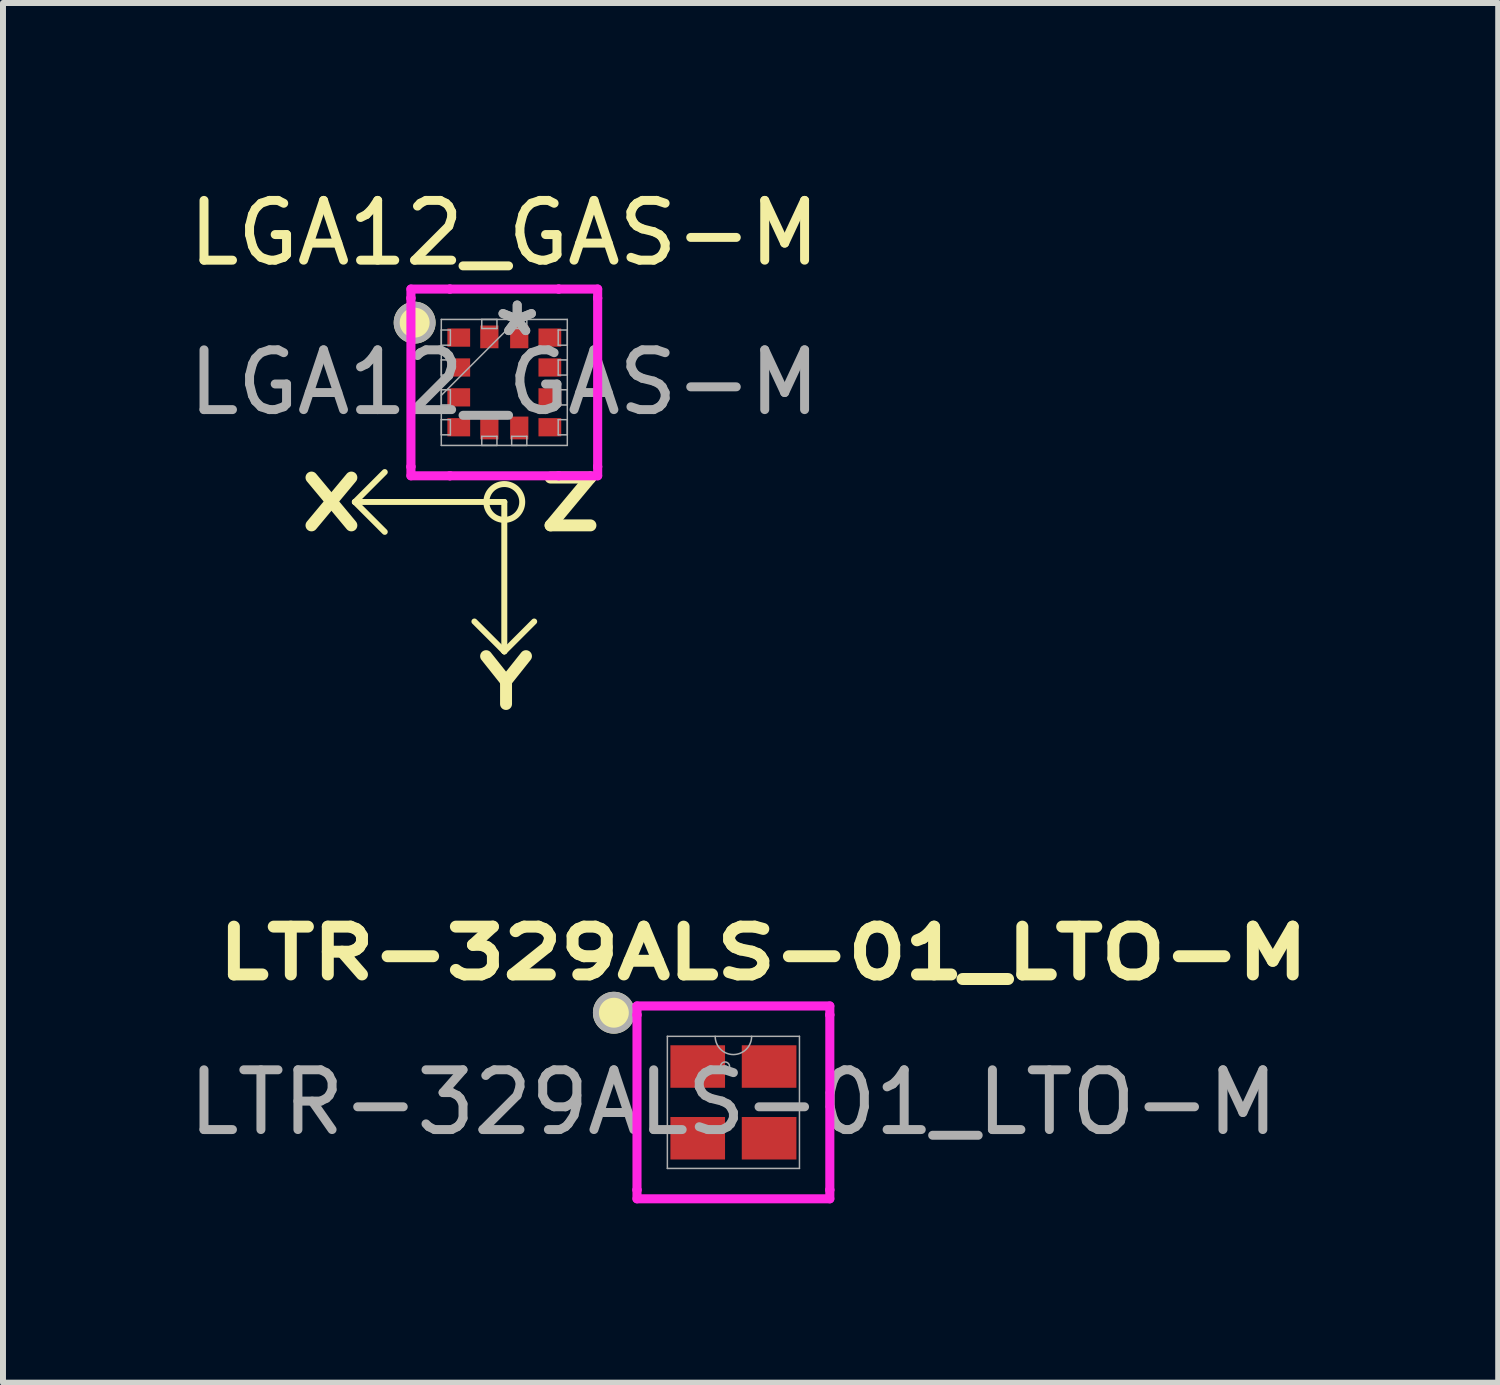
<source format=kicad_pcb>
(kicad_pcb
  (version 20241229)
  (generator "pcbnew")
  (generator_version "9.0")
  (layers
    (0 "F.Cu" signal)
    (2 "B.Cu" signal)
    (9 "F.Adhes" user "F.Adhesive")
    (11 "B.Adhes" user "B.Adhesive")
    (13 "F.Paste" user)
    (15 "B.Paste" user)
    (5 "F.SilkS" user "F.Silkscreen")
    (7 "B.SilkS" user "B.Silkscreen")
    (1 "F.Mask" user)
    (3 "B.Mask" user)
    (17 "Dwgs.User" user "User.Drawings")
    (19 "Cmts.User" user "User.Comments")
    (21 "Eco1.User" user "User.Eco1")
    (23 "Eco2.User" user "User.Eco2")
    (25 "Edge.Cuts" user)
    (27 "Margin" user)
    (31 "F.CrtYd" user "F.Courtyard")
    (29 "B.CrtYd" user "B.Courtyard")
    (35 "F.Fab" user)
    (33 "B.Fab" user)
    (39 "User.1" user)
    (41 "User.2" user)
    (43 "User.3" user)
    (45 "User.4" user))
  (footprint "LTR-329ALS-01_LTO-M"
    (layer "F.Cu")
    (at 9.22 15.393)
    (property "Reference" "LTR-329ALS-01_LTO-M" (at 0.5 -2.5 0) (unlocked yes) (layer "F.SilkS") (effects (font (size 0.8 1) (thickness 0.2) (bold yes))))
    (attr smd)
    (fp_circle (center -2 -1.5) (end -1.7 -1.5) (stroke (width 0.1) (type solid)) (fill yes) (layer "F.SilkS"))
    (fp_line (start -1.613 -1.613) (end 1.613 -1.613) (stroke (width 0.152) (type solid)) (layer "F.CrtYd"))
    (fp_line (start -1.613 -1.464) (end -1.613 -1.613) (stroke (width 0.152) (type solid)) (layer "F.CrtYd"))
    (fp_line (start -1.613 -1.464) (end -1.613 -1.464) (stroke (width 0.152) (type solid)) (layer "F.CrtYd"))
    (fp_line (start -1.613 1.464) (end -1.613 -1.464) (stroke (width 0.152) (type solid)) (layer "F.CrtYd"))
    (fp_line (start -1.613 1.464) (end -1.613 1.464) (stroke (width 0.152) (type solid)) (layer "F.CrtYd"))
    (fp_line (start -1.613 1.613) (end -1.613 1.464) (stroke (width 0.152) (type solid)) (layer "F.CrtYd"))
    (fp_line (start 1.613 -1.613) (end 1.613 -1.464) (stroke (width 0.152) (type solid)) (layer "F.CrtYd"))
    (fp_line (start 1.613 -1.464) (end 1.613 -1.464) (stroke (width 0.152) (type solid)) (layer "F.CrtYd"))
    (fp_line (start 1.613 -1.464) (end 1.613 1.464) (stroke (width 0.152) (type solid)) (layer "F.CrtYd"))
    (fp_line (start 1.613 1.464) (end 1.613 1.464) (stroke (width 0.152) (type solid)) (layer "F.CrtYd"))
    (fp_line (start 1.613 1.464) (end 1.613 1.613) (stroke (width 0.152) (type solid)) (layer "F.CrtYd"))
    (fp_line (start 1.613 1.613) (end -1.613 1.613) (stroke (width 0.152) (type solid)) (layer "F.CrtYd"))
    (fp_line (start -1.105 -1.105) (end -1.105 1.105) (stroke (width 0.025) (type solid)) (layer "F.Fab"))
    (fp_line (start -1.105 1.105) (end 1.105 1.105) (stroke (width 0.025) (type solid)) (layer "F.Fab"))
    (fp_line (start 1.105 -1.105) (end -1.105 -1.105) (stroke (width 0.025) (type solid)) (layer "F.Fab"))
    (fp_line (start 1.105 1.105) (end 1.105 -1.105) (stroke (width 0.025) (type solid)) (layer "F.Fab"))
    (fp_arc (start 0.3048 -1.1049) (mid 0 -0.8001) (end -0.3048 -1.1049) (stroke (width 0.0254) (type solid)) (layer "F.Fab"))
    (fp_circle (center -2 -1.5) (end -1.7 -1.5) (stroke (width 0.1) (type solid)) (fill no) (layer "F.Fab"))
    (fp_circle (center -0.14 -0.6) (end -0.064 -0.6) (stroke (width 0.025) (type solid)) (fill no) (layer "F.Fab"))
    (fp_text user "${REFERENCE}" (at 0 0 0) (unlocked yes) (layer "F.Fab") (effects (font (size 1 1) (thickness 0.15))))
    (pad "1" smd rect (at -0.597 -0.6) (size 0.914 0.711) (layers "F.Cu" "F.Mask" "F.Paste"))
    (pad "2" smd rect (at -0.597 0.6) (size 0.914 0.711) (layers "F.Cu" "F.Mask" "F.Paste"))
    (pad "3" smd rect (at 0.597 0.6) (size 0.914 0.711) (layers "F.Cu" "F.Mask" "F.Paste"))
    (pad "4" smd rect (at 0.597 -0.6) (size 0.914 0.711) (layers "F.Cu" "F.Mask" "F.Paste")))
  (footprint "LGA12_GAS-M"
    (layer "F.Cu")
    (at 5.387 3.348)
    (property "Reference" "LGA12_GAS-M" (at 0 -2.5 0) (unlocked yes) (layer "F.SilkS") (effects (font (size 1 1) (thickness 0.15))))
    (attr smd)
    (fp_line (start -2.5 2) (end -2 1.5) (stroke (width 0.1) (type default)) (layer "F.SilkS"))
    (fp_line (start -2.5 2) (end -2 2.5) (stroke (width 0.1) (type default)) (layer "F.SilkS"))
    (fp_line (start 0 2) (end -2.5 2) (stroke (width 0.1) (type default)) (layer "F.SilkS"))
    (fp_line (start 0 2) (end 0 4.5) (stroke (width 0.1) (type default)) (layer "F.SilkS"))
    (fp_line (start 0 4.5) (end -0.5 4) (stroke (width 0.1) (type default)) (layer "F.SilkS"))
    (fp_line (start 0 4.5) (end 0.5 4) (stroke (width 0.1) (type default)) (layer "F.SilkS"))
    (fp_circle (center -1.5 -1) (end -1.2 -1) (stroke (width 0.1) (type solid)) (fill yes) (layer "F.SilkS"))
    (fp_circle (center 0 2) (end 0.3 2) (stroke (width 0.1) (type solid)) (fill no) (layer "F.SilkS"))
    (fp_line (start -1.562 -1.562) (end -0.91 -1.562) (stroke (width 0.152) (type solid)) (layer "F.CrtYd"))
    (fp_line (start -1.562 -1.41) (end -1.562 -1.562) (stroke (width 0.152) (type solid)) (layer "F.CrtYd"))
    (fp_line (start -1.562 -1.41) (end -1.562 -1.41) (stroke (width 0.152) (type solid)) (layer "F.CrtYd"))
    (fp_line (start -1.562 1.41) (end -1.562 -1.41) (stroke (width 0.152) (type solid)) (layer "F.CrtYd"))
    (fp_line (start -1.562 1.41) (end -1.562 1.41) (stroke (width 0.152) (type solid)) (layer "F.CrtYd"))
    (fp_line (start -1.562 1.562) (end -1.562 1.41) (stroke (width 0.152) (type solid)) (layer "F.CrtYd"))
    (fp_line (start -0.91 -1.562) (end -0.91 -1.562) (stroke (width 0.152) (type solid)) (layer "F.CrtYd"))
    (fp_line (start -0.91 -1.562) (end 0.91 -1.562) (stroke (width 0.152) (type solid)) (layer "F.CrtYd"))
    (fp_line (start -0.91 1.562) (end -1.562 1.562) (stroke (width 0.152) (type solid)) (layer "F.CrtYd"))
    (fp_line (start -0.91 1.562) (end -0.91 1.562) (stroke (width 0.152) (type solid)) (layer "F.CrtYd"))
    (fp_line (start 0.91 -1.562) (end 0.91 -1.562) (stroke (width 0.152) (type solid)) (layer "F.CrtYd"))
    (fp_line (start 0.91 -1.562) (end 1.562 -1.562) (stroke (width 0.152) (type solid)) (layer "F.CrtYd"))
    (fp_line (start 0.91 1.562) (end -0.91 1.562) (stroke (width 0.152) (type solid)) (layer "F.CrtYd"))
    (fp_line (start 0.91 1.562) (end 0.91 1.562) (stroke (width 0.152) (type solid)) (layer "F.CrtYd"))
    (fp_line (start 1.562 -1.562) (end 1.562 -1.41) (stroke (width 0.152) (type solid)) (layer "F.CrtYd"))
    (fp_line (start 1.562 -1.41) (end 1.562 -1.41) (stroke (width 0.152) (type solid)) (layer "F.CrtYd"))
    (fp_line (start 1.562 -1.41) (end 1.562 1.41) (stroke (width 0.152) (type solid)) (layer "F.CrtYd"))
    (fp_line (start 1.562 1.41) (end 1.562 1.41) (stroke (width 0.152) (type solid)) (layer "F.CrtYd"))
    (fp_line (start 1.562 1.41) (end 1.562 1.562) (stroke (width 0.152) (type solid)) (layer "F.CrtYd"))
    (fp_line (start 1.562 1.562) (end 0.91 1.562) (stroke (width 0.152) (type solid)) (layer "F.CrtYd"))
    (fp_line (start -1.054 -1.054) (end -1.054 1.054) (stroke (width 0.025) (type solid)) (layer "F.Fab"))
    (fp_line (start -1.054 -0.877) (end -0.902 -0.877) (stroke (width 0.025) (type solid)) (layer "F.Fab"))
    (fp_line (start -1.054 -0.623) (end -1.054 -0.877) (stroke (width 0.025) (type solid)) (layer "F.Fab"))
    (fp_line (start -1.054 -0.377) (end -0.902 -0.377) (stroke (width 0.025) (type solid)) (layer "F.Fab"))
    (fp_line (start -1.054 -0.123) (end -1.054 -0.377) (stroke (width 0.025) (type solid)) (layer "F.Fab"))
    (fp_line (start -1.054 0.123) (end -0.902 0.123) (stroke (width 0.025) (type solid)) (layer "F.Fab"))
    (fp_line (start -1.054 0.216) (end 0.216 -1.054) (stroke (width 0.025) (type solid)) (layer "F.Fab"))
    (fp_line (start -1.054 0.377) (end -1.054 0.123) (stroke (width 0.025) (type solid)) (layer "F.Fab"))
    (fp_line (start -1.054 0.623) (end -0.902 0.623) (stroke (width 0.025) (type solid)) (layer "F.Fab"))
    (fp_line (start -1.054 0.877) (end -1.054 0.623) (stroke (width 0.025) (type solid)) (layer "F.Fab"))
    (fp_line (start -1.054 1.054) (end 1.054 1.054) (stroke (width 0.025) (type solid)) (layer "F.Fab"))
    (fp_line (start -0.902 -0.877) (end -0.902 -0.623) (stroke (width 0.025) (type solid)) (layer "F.Fab"))
    (fp_line (start -0.902 -0.623) (end -1.054 -0.623) (stroke (width 0.025) (type solid)) (layer "F.Fab"))
    (fp_line (start -0.902 -0.377) (end -0.902 -0.123) (stroke (width 0.025) (type solid)) (layer "F.Fab"))
    (fp_line (start -0.902 -0.123) (end -1.054 -0.123) (stroke (width 0.025) (type solid)) (layer "F.Fab"))
    (fp_line (start -0.902 0.123) (end -0.902 0.377) (stroke (width 0.025) (type solid)) (layer "F.Fab"))
    (fp_line (start -0.902 0.377) (end -1.054 0.377) (stroke (width 0.025) (type solid)) (layer "F.Fab"))
    (fp_line (start -0.902 0.623) (end -0.902 0.877) (stroke (width 0.025) (type solid)) (layer "F.Fab"))
    (fp_line (start -0.902 0.877) (end -1.054 0.877) (stroke (width 0.025) (type solid)) (layer "F.Fab"))
    (fp_line (start -0.377 -1.054) (end -0.123 -1.054) (stroke (width 0.025) (type solid)) (layer "F.Fab"))
    (fp_line (start -0.377 -0.902) (end -0.377 -1.054) (stroke (width 0.025) (type solid)) (layer "F.Fab"))
    (fp_line (start -0.377 0.902) (end -0.123 0.902) (stroke (width 0.025) (type solid)) (layer "F.Fab"))
    (fp_line (start -0.377 1.054) (end -0.377 0.902) (stroke (width 0.025) (type solid)) (layer "F.Fab"))
    (fp_line (start -0.123 -1.054) (end -0.123 -0.902) (stroke (width 0.025) (type solid)) (layer "F.Fab"))
    (fp_line (start -0.123 -0.902) (end -0.377 -0.902) (stroke (width 0.025) (type solid)) (layer "F.Fab"))
    (fp_line (start -0.123 0.902) (end -0.123 1.054) (stroke (width 0.025) (type solid)) (layer "F.Fab"))
    (fp_line (start -0.123 1.054) (end -0.377 1.054) (stroke (width 0.025) (type solid)) (layer "F.Fab"))
    (fp_line (start 0.123 -1.054) (end 0.377 -1.054) (stroke (width 0.025) (type solid)) (layer "F.Fab"))
    (fp_line (start 0.123 -0.902) (end 0.123 -1.054) (stroke (width 0.025) (type solid)) (layer "F.Fab"))
    (fp_line (start 0.123 0.902) (end 0.377 0.902) (stroke (width 0.025) (type solid)) (layer "F.Fab"))
    (fp_line (start 0.123 1.054) (end 0.123 0.902) (stroke (width 0.025) (type solid)) (layer "F.Fab"))
    (fp_line (start 0.377 -1.054) (end 0.377 -0.902) (stroke (width 0.025) (type solid)) (layer "F.Fab"))
    (fp_line (start 0.377 -0.902) (end 0.123 -0.902) (stroke (width 0.025) (type solid)) (layer "F.Fab"))
    (fp_line (start 0.377 0.902) (end 0.377 1.054) (stroke (width 0.025) (type solid)) (layer "F.Fab"))
    (fp_line (start 0.377 1.054) (end 0.123 1.054) (stroke (width 0.025) (type solid)) (layer "F.Fab"))
    (fp_line (start 0.902 -0.877) (end 1.054 -0.877) (stroke (width 0.025) (type solid)) (layer "F.Fab"))
    (fp_line (start 0.902 -0.623) (end 0.902 -0.877) (stroke (width 0.025) (type solid)) (layer "F.Fab"))
    (fp_line (start 0.902 -0.377) (end 1.054 -0.377) (stroke (width 0.025) (type solid)) (layer "F.Fab"))
    (fp_line (start 0.902 -0.123) (end 0.902 -0.377) (stroke (width 0.025) (type solid)) (layer "F.Fab"))
    (fp_line (start 0.902 0.123) (end 1.054 0.123) (stroke (width 0.025) (type solid)) (layer "F.Fab"))
    (fp_line (start 0.902 0.377) (end 0.902 0.123) (stroke (width 0.025) (type solid)) (layer "F.Fab"))
    (fp_line (start 0.902 0.623) (end 1.054 0.623) (stroke (width 0.025) (type solid)) (layer "F.Fab"))
    (fp_line (start 0.902 0.877) (end 0.902 0.623) (stroke (width 0.025) (type solid)) (layer "F.Fab"))
    (fp_line (start 1.054 -1.054) (end -1.054 -1.054) (stroke (width 0.025) (type solid)) (layer "F.Fab"))
    (fp_line (start 1.054 -0.877) (end 1.054 -0.623) (stroke (width 0.025) (type solid)) (layer "F.Fab"))
    (fp_line (start 1.054 -0.623) (end 0.902 -0.623) (stroke (width 0.025) (type solid)) (layer "F.Fab"))
    (fp_line (start 1.054 -0.377) (end 1.054 -0.123) (stroke (width 0.025) (type solid)) (layer "F.Fab"))
    (fp_line (start 1.054 -0.123) (end 0.902 -0.123) (stroke (width 0.025) (type solid)) (layer "F.Fab"))
    (fp_line (start 1.054 0.123) (end 1.054 0.377) (stroke (width 0.025) (type solid)) (layer "F.Fab"))
    (fp_line (start 1.054 0.377) (end 0.902 0.377) (stroke (width 0.025) (type solid)) (layer "F.Fab"))
    (fp_line (start 1.054 0.623) (end 1.054 0.877) (stroke (width 0.025) (type solid)) (layer "F.Fab"))
    (fp_line (start 1.054 0.877) (end 0.902 0.877) (stroke (width 0.025) (type solid)) (layer "F.Fab"))
    (fp_line (start 1.054 1.054) (end 1.054 -1.054) (stroke (width 0.025) (type solid)) (layer "F.Fab"))
    (fp_circle (center -1.5 -1) (end -1.2 -1) (stroke (width 0.1) (type solid)) (fill no) (layer "F.Fab"))
    (fp_text user "X" (at -3.5 2.5 0) (unlocked yes) (layer "F.SilkS") (effects (font (size 0.8 1) (thickness 0.2) (bold yes)) (justify left bottom)))
    (fp_text user "Y" (at -0.531 5.488 0) (unlocked yes) (layer "F.SilkS") (effects (font (size 0.8 1) (thickness 0.2) (bold yes)) (justify left bottom)))
    (fp_text user "Z" (at 0.5 2.5 0) (unlocked yes) (layer "F.SilkS") (effects (font (size 0.8 1) (thickness 0.2) (bold yes)) (justify left bottom)))
    (fp_text user "${REFERENCE}" (at 0 0 0) (unlocked yes) (layer "F.Fab") (effects (font (size 1 1) (thickness 0.15))))
    (fp_text user "*" (at 0.216 -0.75 0) (unlocked yes) (layer "F.Fab") (effects (font (size 1 1) (thickness 0.15))))
    (fp_text user "*" (at 0.216 -0.75 0) (layer "F.Fab") (effects (font (size 1 1) (thickness 0.15))))
    (pad "1" smd rect (at -0.762 -0.75 90) (size 0.305 0.381) (layers "F.Cu" "F.Mask" "F.Paste"))
    (pad "2" smd rect (at -0.762 -0.25 90) (size 0.305 0.381) (layers "F.Cu" "F.Mask" "F.Paste"))
    (pad "3" smd rect (at -0.762 0.25 90) (size 0.305 0.381) (layers "F.Cu" "F.Mask" "F.Paste"))
    (pad "4" smd rect (at -0.762 0.75 90) (size 0.305 0.381) (layers "F.Cu" "F.Mask" "F.Paste"))
    (pad "5" smd rect (at -0.25 0.762) (size 0.305 0.381) (layers "F.Cu" "F.Mask" "F.Paste"))
    (pad "6" smd rect (at 0.25 0.762) (size 0.305 0.381) (layers "F.Cu" "F.Mask" "F.Paste"))
    (pad "7" smd rect (at 0.762 0.75 90) (size 0.305 0.381) (layers "F.Cu" "F.Mask" "F.Paste"))
    (pad "8" smd rect (at 0.762 0.25 90) (size 0.305 0.381) (layers "F.Cu" "F.Mask" "F.Paste"))
    (pad "9" smd rect (at 0.762 -0.25 90) (size 0.305 0.381) (layers "F.Cu" "F.Mask" "F.Paste"))
    (pad "10" smd rect (at 0.762 -0.75 90) (size 0.305 0.381) (layers "F.Cu" "F.Mask" "F.Paste"))
    (pad "11" smd rect (at 0.25 -0.762) (size 0.305 0.381) (layers "F.Cu" "F.Mask" "F.Paste"))
    (pad "12" smd rect (at -0.25 -0.762) (size 0.305 0.381) (layers "F.Cu" "F.Mask" "F.Paste")))
  (gr_rect
    (start -3 -3)
    (end 22.015 20.082)
    (stroke (width 0.1) (type default))
    (fill no)
    (layer "Edge.Cuts")))
</source>
